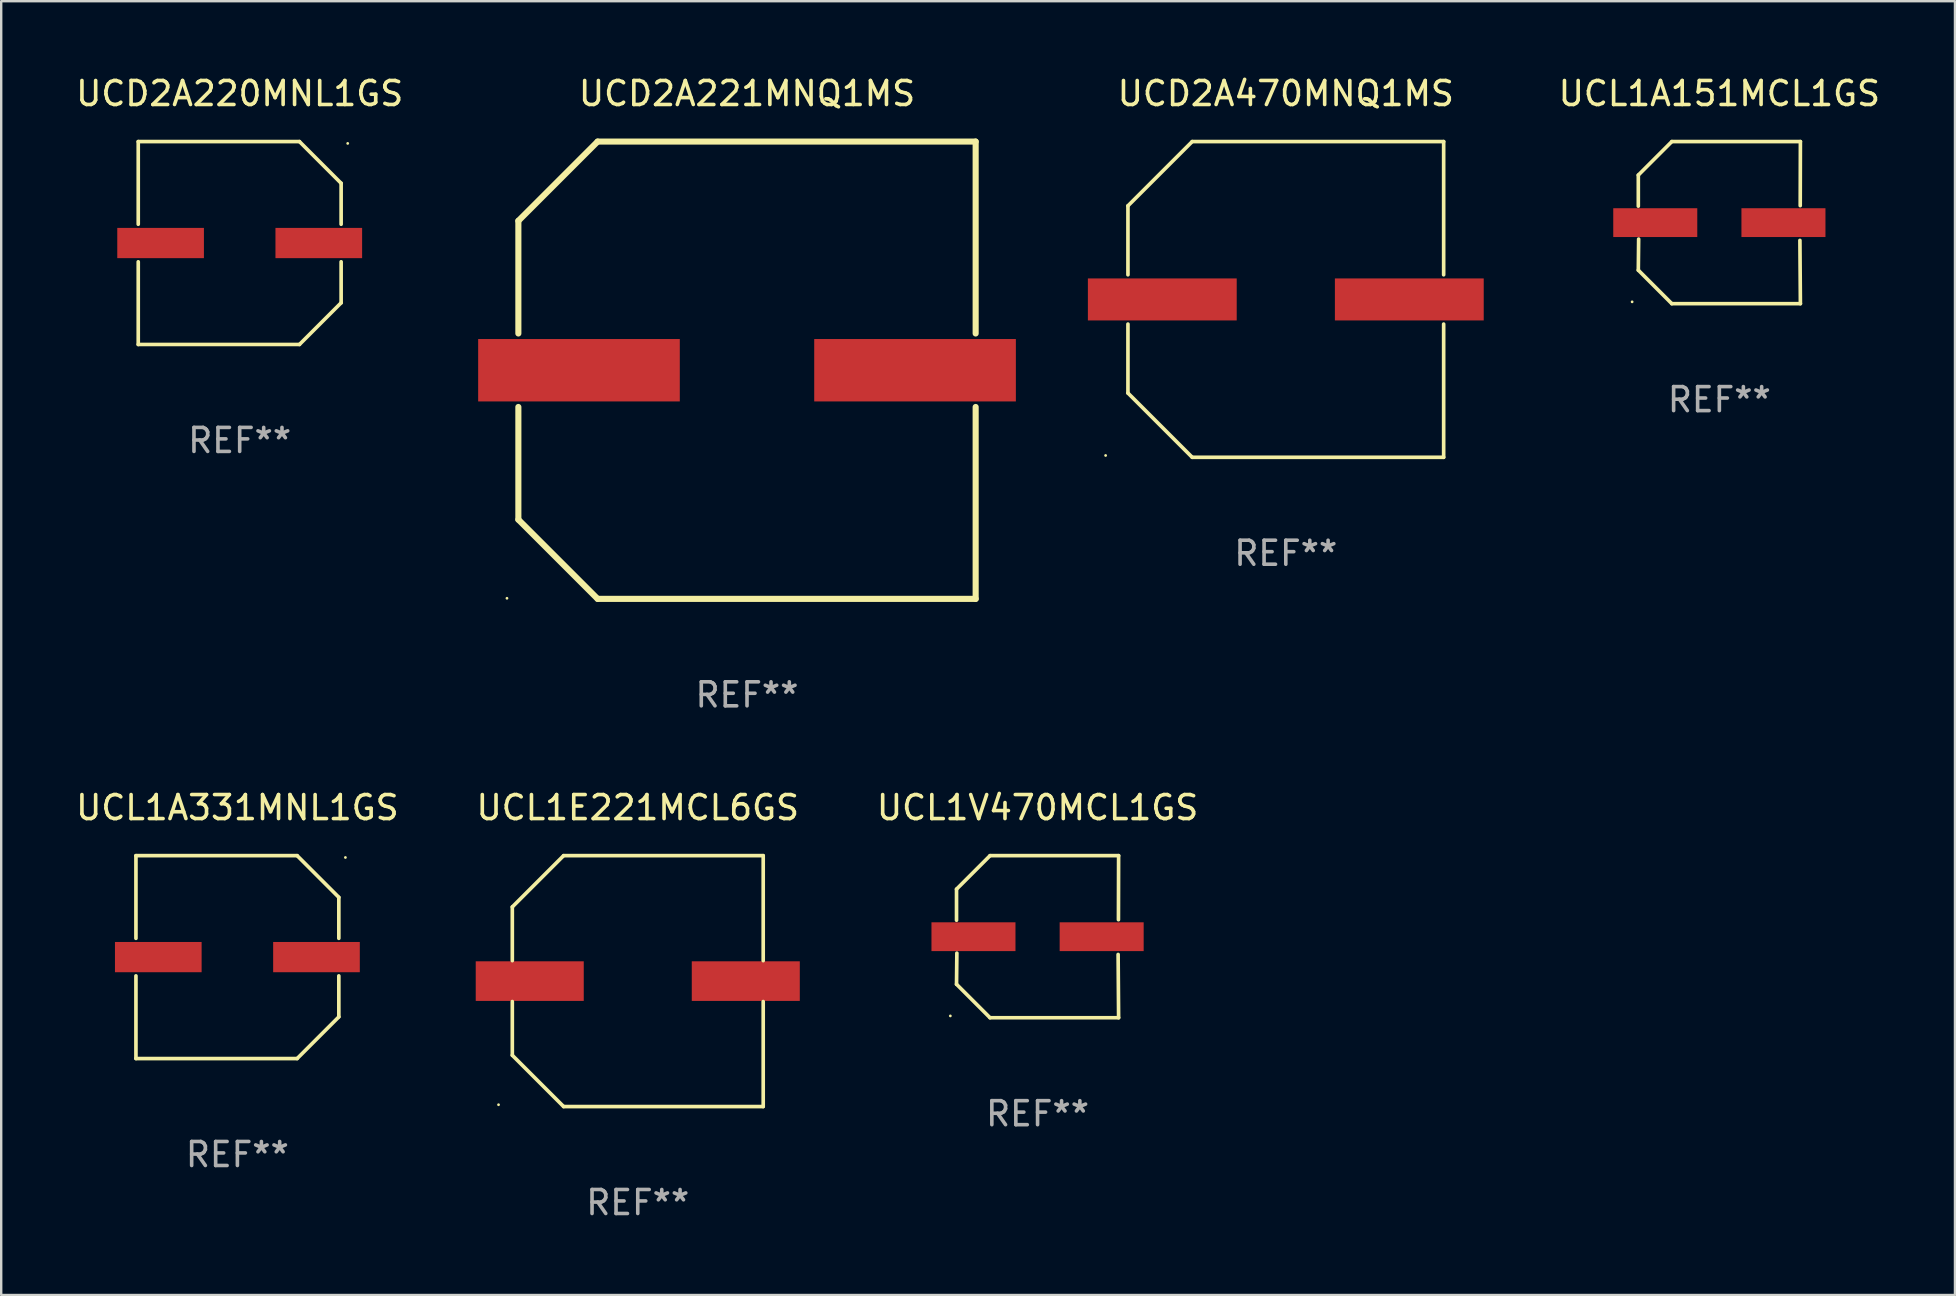
<source format=kicad_pcb>
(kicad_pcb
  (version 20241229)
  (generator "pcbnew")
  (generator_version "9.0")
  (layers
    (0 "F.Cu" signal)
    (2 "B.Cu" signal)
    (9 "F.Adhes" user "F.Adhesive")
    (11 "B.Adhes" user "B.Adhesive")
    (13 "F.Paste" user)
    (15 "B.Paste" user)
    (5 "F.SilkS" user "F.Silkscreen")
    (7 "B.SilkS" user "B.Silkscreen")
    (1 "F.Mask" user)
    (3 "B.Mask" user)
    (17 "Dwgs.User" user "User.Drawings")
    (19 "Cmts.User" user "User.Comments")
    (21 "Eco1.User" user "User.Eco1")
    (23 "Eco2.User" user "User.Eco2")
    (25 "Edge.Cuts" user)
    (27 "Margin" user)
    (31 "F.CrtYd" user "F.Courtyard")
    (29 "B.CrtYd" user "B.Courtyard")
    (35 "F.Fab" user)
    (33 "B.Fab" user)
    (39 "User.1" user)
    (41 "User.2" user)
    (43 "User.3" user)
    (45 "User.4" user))
  (footprint "UCD2A470MNQ1MS"
    (layer "F.Cu")
    (at 50.514 9.424)
    (property "Reference" "UCD2A470MNQ1MS" (at 0 -8.576 0) (layer "F.SilkS") (effects (font (size 1 1) (thickness 0.15))))
    (attr through_hole)
    (fp_line (start -6.576 -3.9) (end -6.576 -1.027) (stroke (width 0.152) (type solid)) (layer "F.SilkS"))
    (fp_line (start -6.576 3.9) (end -6.576 1.027) (stroke (width 0.152) (type solid)) (layer "F.SilkS"))
    (fp_line (start -3.9 -6.576) (end -6.576 -3.9) (stroke (width 0.152) (type solid)) (layer "F.SilkS"))
    (fp_line (start -3.9 6.576) (end -6.576 3.9) (stroke (width 0.152) (type solid)) (layer "F.SilkS"))
    (fp_line (start 6.576 -6.576) (end -3.9 -6.576) (stroke (width 0.152) (type solid)) (layer "F.SilkS"))
    (fp_line (start 6.576 -1.027) (end 6.576 -6.576) (stroke (width 0.152) (type solid)) (layer "F.SilkS"))
    (fp_line (start 6.576 1.027) (end 6.576 6.576) (stroke (width 0.152) (type solid)) (layer "F.SilkS"))
    (fp_line (start 6.576 6.576) (end -3.9 6.576) (stroke (width 0.152) (type solid)) (layer "F.SilkS"))
    (fp_circle (center -7.506 6.5) (end -7.476 6.5) (stroke (width 0.06) (type solid)) (fill no) (layer "F.SilkS"))
    (fp_text user "REF**" (at 0 10.576 0) (layer "F.Fab") (effects (font (size 1 1) (thickness 0.15))))
    (pad "1" smd rect (at -5.145 0) (size 6.2 1.75) (layers "F.Cu" "F.Mask" "F.Paste"))
    (pad "2" smd rect (at 5.145 0) (size 6.2 1.75) (layers "F.Cu" "F.Mask" "F.Paste")))
  (footprint "UCL1V470MCL1GS"
    (layer "F.Cu")
    (at 40.173 35.971)
    (property "Reference" "UCL1V470MCL1GS" (at 0 -5.376 0) (layer "F.SilkS") (effects (font (size 1 1) (thickness 0.15))))
    (attr through_hole)
    (fp_line (start -3.376 -1.98) (end -3.376 -0.686) (stroke (width 0.152) (type solid)) (layer "F.SilkS"))
    (fp_line (start -3.376 1.981) (end -3.362 0.686) (stroke (width 0.152) (type solid)) (layer "F.SilkS"))
    (fp_line (start -1.981 3.376) (end -3.376 1.981) (stroke (width 0.152) (type solid)) (layer "F.SilkS"))
    (fp_line (start -1.98 -3.376) (end -3.376 -1.98) (stroke (width 0.152) (type solid)) (layer "F.SilkS"))
    (fp_line (start 3.356 0.74) (end 3.376 3.376) (stroke (width 0.152) (type solid)) (layer "F.SilkS"))
    (fp_line (start 3.369 -0.707) (end 3.376 -3.376) (stroke (width 0.152) (type solid)) (layer "F.SilkS"))
    (fp_line (start 3.376 3.376) (end -1.981 3.376) (stroke (width 0.152) (type solid)) (layer "F.SilkS"))
    (fp_line (start 3.376 -3.376) (end -1.98 -3.376) (stroke (width 0.152) (type solid)) (layer "F.SilkS"))
    (fp_circle (center -3.634 3.3) (end -3.604 3.3) (stroke (width 0.06) (type solid)) (fill no) (layer "F.SilkS"))
    (fp_text user "REF**" (at 0 7.376 0) (layer "F.Fab") (effects (font (size 1 1) (thickness 0.15))))
    (pad "1" smd rect (at -2.67 0.000254) (size 3.5 1.2) (layers "F.Cu" "F.Mask" "F.Paste"))
    (pad "2" smd rect (at 2.67 0.000254) (size 3.5 1.2) (layers "F.Cu" "F.Mask" "F.Paste")))
  (footprint "UCL1A331MNL1GS"
    (layer "F.Cu")
    (at 6.839 36.821)
    (property "Reference" "UCL1A331MNL1GS" (at 0 -6.226 0) (layer "F.SilkS") (effects (font (size 1 1) (thickness 0.15))))
    (attr through_hole)
    (fp_line (start -4.226 -4.226) (end 2.49 -4.226) (stroke (width 0.152) (type solid)) (layer "F.SilkS"))
    (fp_line (start -4.226 -0.782) (end -4.226 -4.226) (stroke (width 0.152) (type solid)) (layer "F.SilkS"))
    (fp_line (start -4.226 0.782) (end -4.226 4.226) (stroke (width 0.152) (type solid)) (layer "F.SilkS"))
    (fp_line (start -4.226 4.226) (end 2.49 4.226) (stroke (width 0.152) (type solid)) (layer "F.SilkS"))
    (fp_line (start 2.49 -4.226) (end 4.226 -2.49) (stroke (width 0.152) (type solid)) (layer "F.SilkS"))
    (fp_line (start 2.49 4.226) (end 4.226 2.49) (stroke (width 0.152) (type solid)) (layer "F.SilkS"))
    (fp_line (start 4.226 -2.49) (end 4.226 -0.782) (stroke (width 0.152) (type solid)) (layer "F.SilkS"))
    (fp_line (start 4.226 2.49) (end 4.226 0.782) (stroke (width 0.152) (type solid)) (layer "F.SilkS"))
    (fp_circle (center 4.5 -4.15) (end 4.53 -4.15) (stroke (width 0.06) (type solid)) (fill no) (layer "F.SilkS"))
    (fp_text user "REF**" (at 0 8.226 0) (layer "F.Fab") (effects (font (size 1 1) (thickness 0.15))))
    (pad "1" smd rect (at 3.295 0 180) (size 3.61 1.26) (layers "F.Cu" "F.Mask" "F.Paste"))
    (pad "2" smd rect (at -3.295 0 180) (size 3.61 1.26) (layers "F.Cu" "F.Mask" "F.Paste")))
  (footprint "UCL1A151MCL1GS"
    (layer "F.Cu")
    (at 68.575 6.224)
    (property "Reference" "UCL1A151MCL1GS" (at 0 -5.376 0) (layer "F.SilkS") (effects (font (size 1 1) (thickness 0.15))))
    (attr through_hole)
    (fp_line (start -3.376 -1.98) (end -3.376 -0.686) (stroke (width 0.152) (type solid)) (layer "F.SilkS"))
    (fp_line (start -3.376 1.981) (end -3.362 0.686) (stroke (width 0.152) (type solid)) (layer "F.SilkS"))
    (fp_line (start -1.981 3.376) (end -3.376 1.981) (stroke (width 0.152) (type solid)) (layer "F.SilkS"))
    (fp_line (start -1.98 -3.376) (end -3.376 -1.98) (stroke (width 0.152) (type solid)) (layer "F.SilkS"))
    (fp_line (start 3.356 0.74) (end 3.376 3.376) (stroke (width 0.152) (type solid)) (layer "F.SilkS"))
    (fp_line (start 3.369 -0.707) (end 3.376 -3.376) (stroke (width 0.152) (type solid)) (layer "F.SilkS"))
    (fp_line (start 3.376 3.376) (end -1.981 3.376) (stroke (width 0.152) (type solid)) (layer "F.SilkS"))
    (fp_line (start 3.376 -3.376) (end -1.98 -3.376) (stroke (width 0.152) (type solid)) (layer "F.SilkS"))
    (fp_circle (center -3.634 3.3) (end -3.604 3.3) (stroke (width 0.06) (type solid)) (fill no) (layer "F.SilkS"))
    (fp_text user "REF**" (at 0 7.376 0) (layer "F.Fab") (effects (font (size 1 1) (thickness 0.15))))
    (pad "1" smd rect (at -2.67 0.000254) (size 3.5 1.2) (layers "F.Cu" "F.Mask" "F.Paste"))
    (pad "2" smd rect (at 2.67 0.000254) (size 3.5 1.2) (layers "F.Cu" "F.Mask" "F.Paste")))
  (footprint "UCD2A220MNL1GS"
    (layer "F.Cu")
    (at 6.935 7.074)
    (property "Reference" "UCD2A220MNL1GS" (at 0 -6.226 0) (layer "F.SilkS") (effects (font (size 1 1) (thickness 0.15))))
    (attr through_hole)
    (fp_line (start -4.226 -4.226) (end 2.49 -4.226) (stroke (width 0.152) (type solid)) (layer "F.SilkS"))
    (fp_line (start -4.226 -0.782) (end -4.226 -4.226) (stroke (width 0.152) (type solid)) (layer "F.SilkS"))
    (fp_line (start -4.226 0.782) (end -4.226 4.226) (stroke (width 0.152) (type solid)) (layer "F.SilkS"))
    (fp_line (start -4.226 4.226) (end 2.49 4.226) (stroke (width 0.152) (type solid)) (layer "F.SilkS"))
    (fp_line (start 2.49 -4.226) (end 4.226 -2.49) (stroke (width 0.152) (type solid)) (layer "F.SilkS"))
    (fp_line (start 2.49 4.226) (end 4.226 2.49) (stroke (width 0.152) (type solid)) (layer "F.SilkS"))
    (fp_line (start 4.226 -2.49) (end 4.226 -0.782) (stroke (width 0.152) (type solid)) (layer "F.SilkS"))
    (fp_line (start 4.226 2.49) (end 4.226 0.782) (stroke (width 0.152) (type solid)) (layer "F.SilkS"))
    (fp_circle (center 4.5 -4.15) (end 4.53 -4.15) (stroke (width 0.06) (type solid)) (fill no) (layer "F.SilkS"))
    (fp_text user "REF**" (at 0 8.226 0) (layer "F.Fab") (effects (font (size 1 1) (thickness 0.15))))
    (pad "1" smd rect (at 3.295 0 180) (size 3.61 1.26) (layers "F.Cu" "F.Mask" "F.Paste"))
    (pad "2" smd rect (at -3.295 0 180) (size 3.61 1.26) (layers "F.Cu" "F.Mask" "F.Paste")))
  (footprint "UCL1E221MCL6GS"
    (layer "F.Cu")
    (at 23.518 37.821)
    (property "Reference" "UCL1E221MCL6GS" (at 0 -7.226 0) (layer "F.SilkS") (effects (font (size 1 1) (thickness 0.15))))
    (attr through_hole)
    (fp_line (start -5.226 -3.09) (end -5.226 -0.852) (stroke (width 0.152) (type solid)) (layer "F.SilkS"))
    (fp_line (start -5.226 3.09) (end -5.226 0.852) (stroke (width 0.152) (type solid)) (layer "F.SilkS"))
    (fp_line (start -3.09 -5.226) (end -5.226 -3.09) (stroke (width 0.152) (type solid)) (layer "F.SilkS"))
    (fp_line (start -3.09 5.226) (end -5.226 3.09) (stroke (width 0.152) (type solid)) (layer "F.SilkS"))
    (fp_line (start 5.226 -5.226) (end -3.09 -5.226) (stroke (width 0.152) (type solid)) (layer "F.SilkS"))
    (fp_line (start 5.226 -0.852) (end 5.226 -5.226) (stroke (width 0.152) (type solid)) (layer "F.SilkS"))
    (fp_line (start 5.226 0.852) (end 5.226 5.226) (stroke (width 0.152) (type solid)) (layer "F.SilkS"))
    (fp_line (start 5.226 5.226) (end -3.09 5.226) (stroke (width 0.152) (type solid)) (layer "F.SilkS"))
    (fp_circle (center -5.8 5.15) (end -5.77 5.15) (stroke (width 0.06) (type solid)) (fill no) (layer "F.SilkS"))
    (fp_text user "REF**" (at 0 9.226 0) (layer "F.Fab") (effects (font (size 1 1) (thickness 0.15))))
    (pad "1" smd rect (at -4.5 0) (size 4.5 1.65) (layers "F.Cu" "F.Mask" "F.Paste"))
    (pad "2" smd rect (at 4.5 0) (size 4.5 1.65) (layers "F.Cu" "F.Mask" "F.Paste")))
  (footprint "UCD2A221MNQ1MS"
    (layer "F.Cu")
    (at 28.069 12.373)
    (property "Reference" "UCD2A221MNQ1MS" (at 0 -11.525 0) (layer "F.SilkS") (effects (font (size 1 1) (thickness 0.15))))
    (attr through_hole)
    (fp_line (start -9.525 -6.223) (end -9.525 -1.531) (stroke (width 0.254) (type solid)) (layer "F.SilkS"))
    (fp_line (start -9.525 1.531) (end -9.525 6.223) (stroke (width 0.254) (type solid)) (layer "F.SilkS"))
    (fp_line (start -9.525 6.223) (end -6.223 9.525) (stroke (width 0.254) (type solid)) (layer "F.SilkS"))
    (fp_line (start -6.223 -9.525) (end -9.525 -6.223) (stroke (width 0.254) (type solid)) (layer "F.SilkS"))
    (fp_line (start -6.223 9.525) (end 9.525 9.525) (stroke (width 0.254) (type solid)) (layer "F.SilkS"))
    (fp_line (start 9.525 -9.525) (end -6.223 -9.525) (stroke (width 0.254) (type solid)) (layer "F.SilkS"))
    (fp_line (start 9.525 -1.531) (end 9.525 -9.525) (stroke (width 0.254) (type solid)) (layer "F.SilkS"))
    (fp_line (start 9.525 9.525) (end 9.525 1.531) (stroke (width 0.254) (type solid)) (layer "F.SilkS"))
    (fp_circle (center -10 9.5) (end -9.97 9.5) (stroke (width 0.06) (type solid)) (fill no) (layer "F.SilkS"))
    (fp_text user "REF**" (at 0 13.525 0) (layer "F.Fab") (effects (font (size 1 1) (thickness 0.15))))
    (pad "1" smd rect (at -7 0) (size 8.4 2.6) (layers "F.Cu" "F.Mask" "F.Paste"))
    (pad "2" smd rect (at 7 0) (size 8.4 2.6) (layers "F.Cu" "F.Mask" "F.Paste")))
  (gr_rect
    (start -3 -3)
    (end 78.39 50.896)
    (stroke (width 0.1) (type default))
    (fill no)
    (layer "Edge.Cuts")))
</source>
